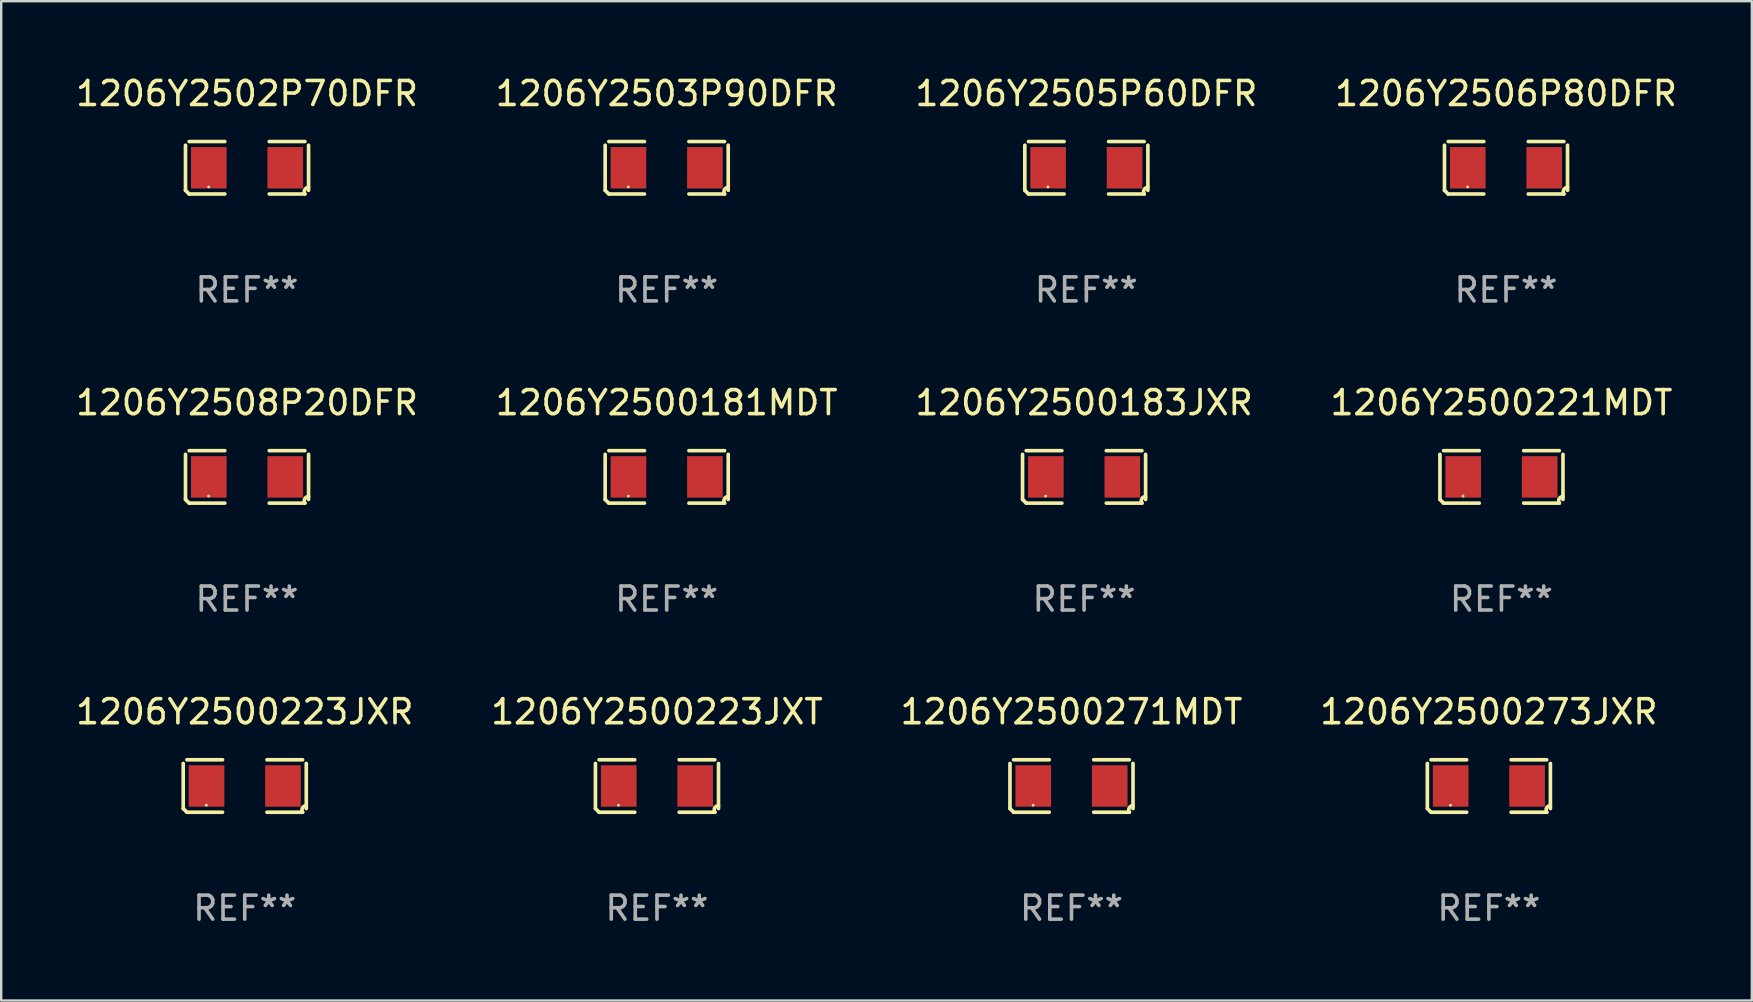
<source format=kicad_pcb>
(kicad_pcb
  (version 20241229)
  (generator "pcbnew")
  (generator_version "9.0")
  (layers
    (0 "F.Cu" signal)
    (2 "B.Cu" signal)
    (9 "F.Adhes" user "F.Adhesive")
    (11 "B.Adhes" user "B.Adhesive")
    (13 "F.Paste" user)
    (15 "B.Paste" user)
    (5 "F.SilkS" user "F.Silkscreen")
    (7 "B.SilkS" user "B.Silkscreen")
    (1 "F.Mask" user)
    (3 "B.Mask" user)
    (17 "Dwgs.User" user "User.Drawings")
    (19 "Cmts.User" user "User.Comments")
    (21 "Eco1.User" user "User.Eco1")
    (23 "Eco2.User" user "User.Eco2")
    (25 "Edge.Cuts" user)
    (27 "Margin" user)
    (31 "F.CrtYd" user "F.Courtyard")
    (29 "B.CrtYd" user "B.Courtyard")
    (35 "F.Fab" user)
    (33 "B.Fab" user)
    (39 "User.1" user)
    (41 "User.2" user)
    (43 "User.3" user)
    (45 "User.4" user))
  (footprint "1206Y2500223JXR"
    (layer "F.Cu")
    (at 7.149 29.704)
    (property "Reference" "1206Y2500223JXR" (at 0 -3.093 0) (layer "F.SilkS") (effects (font (size 1 1) (thickness 0.15))))
    (attr through_hole)
    (fp_line (start -2.564 0.94) (end -2.564 -0.94) (stroke (width 0.152) (type solid)) (layer "F.SilkS"))
    (fp_line (start -2.411 -1.093) (end -0.926 -1.093) (stroke (width 0.152) (type solid)) (layer "F.SilkS"))
    (fp_line (start -0.926 1.093) (end -2.411 1.093) (stroke (width 0.152) (type solid)) (layer "F.SilkS"))
    (fp_line (start 0.926 1.093) (end 2.411 1.093) (stroke (width 0.152) (type solid)) (layer "F.SilkS"))
    (fp_line (start 2.411 -1.093) (end 0.926 -1.093) (stroke (width 0.152) (type solid)) (layer "F.SilkS"))
    (fp_line (start 2.564 0.94) (end 2.564 -0.94) (stroke (width 0.152) (type solid)) (layer "F.SilkS"))
    (fp_arc (start -2.411201 1.092609) (mid -2.487413 1.01642) (end -2.563602 0.940208) (stroke (width 0.1524) (type solid)) (layer "F.SilkS"))
    (fp_arc (start 2.411201 1.092609) (mid 2.407159 0.911226) (end 2.563602 0.819347) (stroke (width 0.1524) (type solid)) (layer "F.SilkS"))
    (fp_circle (center -1.6 0.8) (end -1.57 0.8) (stroke (width 0.06) (type solid)) (fill no) (layer "F.SilkS"))
    (fp_text user "REF**" (at 0 5.093 0) (layer "F.Fab") (effects (font (size 1 1) (thickness 0.15))))
    (pad "1" smd rect (at -1.593 0) (size 1.485 1.728) (layers "F.Cu" "F.Mask" "F.Paste"))
    (pad "2" smd rect (at 1.593 0) (size 1.485 1.728) (layers "F.Cu" "F.Mask" "F.Paste")))
  (footprint "1206Y2502P70DFR"
    (layer "F.Cu")
    (at 7.244 3.941)
    (property "Reference" "1206Y2502P70DFR" (at 0 -3.093 0) (layer "F.SilkS") (effects (font (size 1 1) (thickness 0.15))))
    (attr through_hole)
    (fp_line (start -2.564 0.94) (end -2.564 -0.94) (stroke (width 0.152) (type solid)) (layer "F.SilkS"))
    (fp_line (start -2.411 -1.093) (end -0.926 -1.093) (stroke (width 0.152) (type solid)) (layer "F.SilkS"))
    (fp_line (start -0.926 1.093) (end -2.411 1.093) (stroke (width 0.152) (type solid)) (layer "F.SilkS"))
    (fp_line (start 0.926 1.093) (end 2.411 1.093) (stroke (width 0.152) (type solid)) (layer "F.SilkS"))
    (fp_line (start 2.411 -1.093) (end 0.926 -1.093) (stroke (width 0.152) (type solid)) (layer "F.SilkS"))
    (fp_line (start 2.564 0.94) (end 2.564 -0.94) (stroke (width 0.152) (type solid)) (layer "F.SilkS"))
    (fp_arc (start -2.411201 1.092609) (mid -2.487413 1.01642) (end -2.563602 0.940208) (stroke (width 0.1524) (type solid)) (layer "F.SilkS"))
    (fp_arc (start 2.411201 1.092609) (mid 2.407159 0.911226) (end 2.563602 0.819347) (stroke (width 0.1524) (type solid)) (layer "F.SilkS"))
    (fp_circle (center -1.6 0.8) (end -1.57 0.8) (stroke (width 0.06) (type solid)) (fill no) (layer "F.SilkS"))
    (fp_text user "REF**" (at 0 5.093 0) (layer "F.Fab") (effects (font (size 1 1) (thickness 0.15))))
    (pad "1" smd rect (at -1.593 0) (size 1.485 1.728) (layers "F.Cu" "F.Mask" "F.Paste"))
    (pad "2" smd rect (at 1.593 0) (size 1.485 1.728) (layers "F.Cu" "F.Mask" "F.Paste")))
  (footprint "1206Y2505P60DFR"
    (layer "F.Cu")
    (at 42.22 3.941)
    (property "Reference" "1206Y2505P60DFR" (at 0 -3.093 0) (layer "F.SilkS") (effects (font (size 1 1) (thickness 0.15))))
    (attr through_hole)
    (fp_line (start -2.564 0.94) (end -2.564 -0.94) (stroke (width 0.152) (type solid)) (layer "F.SilkS"))
    (fp_line (start -2.411 -1.093) (end -0.926 -1.093) (stroke (width 0.152) (type solid)) (layer "F.SilkS"))
    (fp_line (start -0.926 1.093) (end -2.411 1.093) (stroke (width 0.152) (type solid)) (layer "F.SilkS"))
    (fp_line (start 0.926 1.093) (end 2.411 1.093) (stroke (width 0.152) (type solid)) (layer "F.SilkS"))
    (fp_line (start 2.411 -1.093) (end 0.926 -1.093) (stroke (width 0.152) (type solid)) (layer "F.SilkS"))
    (fp_line (start 2.564 0.94) (end 2.564 -0.94) (stroke (width 0.152) (type solid)) (layer "F.SilkS"))
    (fp_arc (start -2.411201 1.092609) (mid -2.487413 1.01642) (end -2.563602 0.940208) (stroke (width 0.1524) (type solid)) (layer "F.SilkS"))
    (fp_arc (start 2.411201 1.092609) (mid 2.407159 0.911226) (end 2.563602 0.819347) (stroke (width 0.1524) (type solid)) (layer "F.SilkS"))
    (fp_circle (center -1.6 0.8) (end -1.57 0.8) (stroke (width 0.06) (type solid)) (fill no) (layer "F.SilkS"))
    (fp_text user "REF**" (at 0 5.093 0) (layer "F.Fab") (effects (font (size 1 1) (thickness 0.15))))
    (pad "1" smd rect (at -1.593 0) (size 1.485 1.728) (layers "F.Cu" "F.Mask" "F.Paste"))
    (pad "2" smd rect (at 1.593 0) (size 1.485 1.728) (layers "F.Cu" "F.Mask" "F.Paste")))
  (footprint "1206Y2500271MDT"
    (layer "F.Cu")
    (at 41.601 29.704)
    (property "Reference" "1206Y2500271MDT" (at 0 -3.093 0) (layer "F.SilkS") (effects (font (size 1 1) (thickness 0.15))))
    (attr through_hole)
    (fp_line (start -2.564 0.94) (end -2.564 -0.94) (stroke (width 0.152) (type solid)) (layer "F.SilkS"))
    (fp_line (start -2.411 -1.093) (end -0.926 -1.093) (stroke (width 0.152) (type solid)) (layer "F.SilkS"))
    (fp_line (start -0.926 1.093) (end -2.411 1.093) (stroke (width 0.152) (type solid)) (layer "F.SilkS"))
    (fp_line (start 0.926 1.093) (end 2.411 1.093) (stroke (width 0.152) (type solid)) (layer "F.SilkS"))
    (fp_line (start 2.411 -1.093) (end 0.926 -1.093) (stroke (width 0.152) (type solid)) (layer "F.SilkS"))
    (fp_line (start 2.564 0.94) (end 2.564 -0.94) (stroke (width 0.152) (type solid)) (layer "F.SilkS"))
    (fp_arc (start -2.411201 1.092609) (mid -2.487413 1.01642) (end -2.563602 0.940208) (stroke (width 0.1524) (type solid)) (layer "F.SilkS"))
    (fp_arc (start 2.411201 1.092609) (mid 2.407159 0.911226) (end 2.563602 0.819347) (stroke (width 0.1524) (type solid)) (layer "F.SilkS"))
    (fp_circle (center -1.6 0.8) (end -1.57 0.8) (stroke (width 0.06) (type solid)) (fill no) (layer "F.SilkS"))
    (fp_text user "REF**" (at 0 5.093 0) (layer "F.Fab") (effects (font (size 1 1) (thickness 0.15))))
    (pad "1" smd rect (at -1.593 0) (size 1.485 1.728) (layers "F.Cu" "F.Mask" "F.Paste"))
    (pad "2" smd rect (at 1.593 0) (size 1.485 1.728) (layers "F.Cu" "F.Mask" "F.Paste")))
  (footprint "1206Y2500273JXR"
    (layer "F.Cu")
    (at 58.994 29.704)
    (property "Reference" "1206Y2500273JXR" (at 0 -3.093 0) (layer "F.SilkS") (effects (font (size 1 1) (thickness 0.15))))
    (attr through_hole)
    (fp_line (start -2.564 0.94) (end -2.564 -0.94) (stroke (width 0.152) (type solid)) (layer "F.SilkS"))
    (fp_line (start -2.411 -1.093) (end -0.926 -1.093) (stroke (width 0.152) (type solid)) (layer "F.SilkS"))
    (fp_line (start -0.926 1.093) (end -2.411 1.093) (stroke (width 0.152) (type solid)) (layer "F.SilkS"))
    (fp_line (start 0.926 1.093) (end 2.411 1.093) (stroke (width 0.152) (type solid)) (layer "F.SilkS"))
    (fp_line (start 2.411 -1.093) (end 0.926 -1.093) (stroke (width 0.152) (type solid)) (layer "F.SilkS"))
    (fp_line (start 2.564 0.94) (end 2.564 -0.94) (stroke (width 0.152) (type solid)) (layer "F.SilkS"))
    (fp_arc (start -2.411201 1.092609) (mid -2.487413 1.01642) (end -2.563602 0.940208) (stroke (width 0.1524) (type solid)) (layer "F.SilkS"))
    (fp_arc (start 2.411201 1.092609) (mid 2.407159 0.911226) (end 2.563602 0.819347) (stroke (width 0.1524) (type solid)) (layer "F.SilkS"))
    (fp_circle (center -1.6 0.8) (end -1.57 0.8) (stroke (width 0.06) (type solid)) (fill no) (layer "F.SilkS"))
    (fp_text user "REF**" (at 0 5.093 0) (layer "F.Fab") (effects (font (size 1 1) (thickness 0.15))))
    (pad "1" smd rect (at -1.593 0) (size 1.485 1.728) (layers "F.Cu" "F.Mask" "F.Paste"))
    (pad "2" smd rect (at 1.593 0) (size 1.485 1.728) (layers "F.Cu" "F.Mask" "F.Paste")))
  (footprint "1206Y2503P90DFR"
    (layer "F.Cu")
    (at 24.732 3.941)
    (property "Reference" "1206Y2503P90DFR" (at 0 -3.093 0) (layer "F.SilkS") (effects (font (size 1 1) (thickness 0.15))))
    (attr through_hole)
    (fp_line (start -2.564 0.94) (end -2.564 -0.94) (stroke (width 0.152) (type solid)) (layer "F.SilkS"))
    (fp_line (start -2.411 -1.093) (end -0.926 -1.093) (stroke (width 0.152) (type solid)) (layer "F.SilkS"))
    (fp_line (start -0.926 1.093) (end -2.411 1.093) (stroke (width 0.152) (type solid)) (layer "F.SilkS"))
    (fp_line (start 0.926 1.093) (end 2.411 1.093) (stroke (width 0.152) (type solid)) (layer "F.SilkS"))
    (fp_line (start 2.411 -1.093) (end 0.926 -1.093) (stroke (width 0.152) (type solid)) (layer "F.SilkS"))
    (fp_line (start 2.564 0.94) (end 2.564 -0.94) (stroke (width 0.152) (type solid)) (layer "F.SilkS"))
    (fp_arc (start -2.411201 1.092609) (mid -2.487413 1.01642) (end -2.563602 0.940208) (stroke (width 0.1524) (type solid)) (layer "F.SilkS"))
    (fp_arc (start 2.411201 1.092609) (mid 2.407159 0.911226) (end 2.563602 0.819347) (stroke (width 0.1524) (type solid)) (layer "F.SilkS"))
    (fp_circle (center -1.6 0.8) (end -1.57 0.8) (stroke (width 0.06) (type solid)) (fill no) (layer "F.SilkS"))
    (fp_text user "REF**" (at 0 5.093 0) (layer "F.Fab") (effects (font (size 1 1) (thickness 0.15))))
    (pad "1" smd rect (at -1.593 0) (size 1.485 1.728) (layers "F.Cu" "F.Mask" "F.Paste"))
    (pad "2" smd rect (at 1.593 0) (size 1.485 1.728) (layers "F.Cu" "F.Mask" "F.Paste")))
  (footprint "1206Y2508P20DFR"
    (layer "F.Cu")
    (at 7.244 16.823)
    (property "Reference" "1206Y2508P20DFR" (at 0 -3.093 0) (layer "F.SilkS") (effects (font (size 1 1) (thickness 0.15))))
    (attr through_hole)
    (fp_line (start -2.564 0.94) (end -2.564 -0.94) (stroke (width 0.152) (type solid)) (layer "F.SilkS"))
    (fp_line (start -2.411 -1.093) (end -0.926 -1.093) (stroke (width 0.152) (type solid)) (layer "F.SilkS"))
    (fp_line (start -0.926 1.093) (end -2.411 1.093) (stroke (width 0.152) (type solid)) (layer "F.SilkS"))
    (fp_line (start 0.926 1.093) (end 2.411 1.093) (stroke (width 0.152) (type solid)) (layer "F.SilkS"))
    (fp_line (start 2.411 -1.093) (end 0.926 -1.093) (stroke (width 0.152) (type solid)) (layer "F.SilkS"))
    (fp_line (start 2.564 0.94) (end 2.564 -0.94) (stroke (width 0.152) (type solid)) (layer "F.SilkS"))
    (fp_arc (start -2.411201 1.092609) (mid -2.487413 1.01642) (end -2.563602 0.940208) (stroke (width 0.1524) (type solid)) (layer "F.SilkS"))
    (fp_arc (start 2.411201 1.092609) (mid 2.407159 0.911226) (end 2.563602 0.819347) (stroke (width 0.1524) (type solid)) (layer "F.SilkS"))
    (fp_circle (center -1.6 0.8) (end -1.57 0.8) (stroke (width 0.06) (type solid)) (fill no) (layer "F.SilkS"))
    (fp_text user "REF**" (at 0 5.093 0) (layer "F.Fab") (effects (font (size 1 1) (thickness 0.15))))
    (pad "1" smd rect (at -1.593 0) (size 1.485 1.728) (layers "F.Cu" "F.Mask" "F.Paste"))
    (pad "2" smd rect (at 1.593 0) (size 1.485 1.728) (layers "F.Cu" "F.Mask" "F.Paste")))
  (footprint "1206Y2506P80DFR"
    (layer "F.Cu")
    (at 59.708 3.941)
    (property "Reference" "1206Y2506P80DFR" (at 0 -3.093 0) (layer "F.SilkS") (effects (font (size 1 1) (thickness 0.15))))
    (attr through_hole)
    (fp_line (start -2.564 0.94) (end -2.564 -0.94) (stroke (width 0.152) (type solid)) (layer "F.SilkS"))
    (fp_line (start -2.411 -1.093) (end -0.926 -1.093) (stroke (width 0.152) (type solid)) (layer "F.SilkS"))
    (fp_line (start -0.926 1.093) (end -2.411 1.093) (stroke (width 0.152) (type solid)) (layer "F.SilkS"))
    (fp_line (start 0.926 1.093) (end 2.411 1.093) (stroke (width 0.152) (type solid)) (layer "F.SilkS"))
    (fp_line (start 2.411 -1.093) (end 0.926 -1.093) (stroke (width 0.152) (type solid)) (layer "F.SilkS"))
    (fp_line (start 2.564 0.94) (end 2.564 -0.94) (stroke (width 0.152) (type solid)) (layer "F.SilkS"))
    (fp_arc (start -2.411201 1.092609) (mid -2.487413 1.01642) (end -2.563602 0.940208) (stroke (width 0.1524) (type solid)) (layer "F.SilkS"))
    (fp_arc (start 2.411201 1.092609) (mid 2.407159 0.911226) (end 2.563602 0.819347) (stroke (width 0.1524) (type solid)) (layer "F.SilkS"))
    (fp_circle (center -1.6 0.8) (end -1.57 0.8) (stroke (width 0.06) (type solid)) (fill no) (layer "F.SilkS"))
    (fp_text user "REF**" (at 0 5.093 0) (layer "F.Fab") (effects (font (size 1 1) (thickness 0.15))))
    (pad "1" smd rect (at -1.593 0) (size 1.485 1.728) (layers "F.Cu" "F.Mask" "F.Paste"))
    (pad "2" smd rect (at 1.593 0) (size 1.485 1.728) (layers "F.Cu" "F.Mask" "F.Paste")))
  (footprint "1206Y2500223JXT"
    (layer "F.Cu")
    (at 24.327 29.704)
    (property "Reference" "1206Y2500223JXT" (at 0 -3.093 0) (layer "F.SilkS") (effects (font (size 1 1) (thickness 0.15))))
    (attr through_hole)
    (fp_line (start -2.564 0.94) (end -2.564 -0.94) (stroke (width 0.152) (type solid)) (layer "F.SilkS"))
    (fp_line (start -2.411 -1.093) (end -0.926 -1.093) (stroke (width 0.152) (type solid)) (layer "F.SilkS"))
    (fp_line (start -0.926 1.093) (end -2.411 1.093) (stroke (width 0.152) (type solid)) (layer "F.SilkS"))
    (fp_line (start 0.926 1.093) (end 2.411 1.093) (stroke (width 0.152) (type solid)) (layer "F.SilkS"))
    (fp_line (start 2.411 -1.093) (end 0.926 -1.093) (stroke (width 0.152) (type solid)) (layer "F.SilkS"))
    (fp_line (start 2.564 0.94) (end 2.564 -0.94) (stroke (width 0.152) (type solid)) (layer "F.SilkS"))
    (fp_arc (start -2.411201 1.092609) (mid -2.487413 1.01642) (end -2.563602 0.940208) (stroke (width 0.1524) (type solid)) (layer "F.SilkS"))
    (fp_arc (start 2.411201 1.092609) (mid 2.407159 0.911226) (end 2.563602 0.819347) (stroke (width 0.1524) (type solid)) (layer "F.SilkS"))
    (fp_circle (center -1.6 0.8) (end -1.57 0.8) (stroke (width 0.06) (type solid)) (fill no) (layer "F.SilkS"))
    (fp_text user "REF**" (at 0 5.093 0) (layer "F.Fab") (effects (font (size 1 1) (thickness 0.15))))
    (pad "1" smd rect (at -1.593 0) (size 1.485 1.728) (layers "F.Cu" "F.Mask" "F.Paste"))
    (pad "2" smd rect (at 1.593 0) (size 1.485 1.728) (layers "F.Cu" "F.Mask" "F.Paste")))
  (footprint "1206Y2500181MDT"
    (layer "F.Cu")
    (at 24.732 16.823)
    (property "Reference" "1206Y2500181MDT" (at 0 -3.093 0) (layer "F.SilkS") (effects (font (size 1 1) (thickness 0.15))))
    (attr through_hole)
    (fp_line (start -2.564 0.94) (end -2.564 -0.94) (stroke (width 0.152) (type solid)) (layer "F.SilkS"))
    (fp_line (start -2.411 -1.093) (end -0.926 -1.093) (stroke (width 0.152) (type solid)) (layer "F.SilkS"))
    (fp_line (start -0.926 1.093) (end -2.411 1.093) (stroke (width 0.152) (type solid)) (layer "F.SilkS"))
    (fp_line (start 0.926 1.093) (end 2.411 1.093) (stroke (width 0.152) (type solid)) (layer "F.SilkS"))
    (fp_line (start 2.411 -1.093) (end 0.926 -1.093) (stroke (width 0.152) (type solid)) (layer "F.SilkS"))
    (fp_line (start 2.564 0.94) (end 2.564 -0.94) (stroke (width 0.152) (type solid)) (layer "F.SilkS"))
    (fp_arc (start -2.411201 1.092609) (mid -2.487413 1.01642) (end -2.563602 0.940208) (stroke (width 0.1524) (type solid)) (layer "F.SilkS"))
    (fp_arc (start 2.411201 1.092609) (mid 2.407159 0.911226) (end 2.563602 0.819347) (stroke (width 0.1524) (type solid)) (layer "F.SilkS"))
    (fp_circle (center -1.6 0.8) (end -1.57 0.8) (stroke (width 0.06) (type solid)) (fill no) (layer "F.SilkS"))
    (fp_text user "REF**" (at 0 5.093 0) (layer "F.Fab") (effects (font (size 1 1) (thickness 0.15))))
    (pad "1" smd rect (at -1.593 0) (size 1.485 1.728) (layers "F.Cu" "F.Mask" "F.Paste"))
    (pad "2" smd rect (at 1.593 0) (size 1.485 1.728) (layers "F.Cu" "F.Mask" "F.Paste")))
  (footprint "1206Y2500183JXR"
    (layer "F.Cu")
    (at 42.125 16.823)
    (property "Reference" "1206Y2500183JXR" (at 0 -3.093 0) (layer "F.SilkS") (effects (font (size 1 1) (thickness 0.15))))
    (attr through_hole)
    (fp_line (start -2.564 0.94) (end -2.564 -0.94) (stroke (width 0.152) (type solid)) (layer "F.SilkS"))
    (fp_line (start -2.411 -1.093) (end -0.926 -1.093) (stroke (width 0.152) (type solid)) (layer "F.SilkS"))
    (fp_line (start -0.926 1.093) (end -2.411 1.093) (stroke (width 0.152) (type solid)) (layer "F.SilkS"))
    (fp_line (start 0.926 1.093) (end 2.411 1.093) (stroke (width 0.152) (type solid)) (layer "F.SilkS"))
    (fp_line (start 2.411 -1.093) (end 0.926 -1.093) (stroke (width 0.152) (type solid)) (layer "F.SilkS"))
    (fp_line (start 2.564 0.94) (end 2.564 -0.94) (stroke (width 0.152) (type solid)) (layer "F.SilkS"))
    (fp_arc (start -2.411201 1.092609) (mid -2.487413 1.01642) (end -2.563602 0.940208) (stroke (width 0.1524) (type solid)) (layer "F.SilkS"))
    (fp_arc (start 2.411201 1.092609) (mid 2.407159 0.911226) (end 2.563602 0.819347) (stroke (width 0.1524) (type solid)) (layer "F.SilkS"))
    (fp_circle (center -1.6 0.8) (end -1.57 0.8) (stroke (width 0.06) (type solid)) (fill no) (layer "F.SilkS"))
    (fp_text user "REF**" (at 0 5.093 0) (layer "F.Fab") (effects (font (size 1 1) (thickness 0.15))))
    (pad "1" smd rect (at -1.593 0) (size 1.485 1.728) (layers "F.Cu" "F.Mask" "F.Paste"))
    (pad "2" smd rect (at 1.593 0) (size 1.485 1.728) (layers "F.Cu" "F.Mask" "F.Paste")))
  (footprint "1206Y2500221MDT"
    (layer "F.Cu")
    (at 59.518 16.823)
    (property "Reference" "1206Y2500221MDT" (at 0 -3.093 0) (layer "F.SilkS") (effects (font (size 1 1) (thickness 0.15))))
    (attr through_hole)
    (fp_line (start -2.564 0.94) (end -2.564 -0.94) (stroke (width 0.152) (type solid)) (layer "F.SilkS"))
    (fp_line (start -2.411 -1.093) (end -0.926 -1.093) (stroke (width 0.152) (type solid)) (layer "F.SilkS"))
    (fp_line (start -0.926 1.093) (end -2.411 1.093) (stroke (width 0.152) (type solid)) (layer "F.SilkS"))
    (fp_line (start 0.926 1.093) (end 2.411 1.093) (stroke (width 0.152) (type solid)) (layer "F.SilkS"))
    (fp_line (start 2.411 -1.093) (end 0.926 -1.093) (stroke (width 0.152) (type solid)) (layer "F.SilkS"))
    (fp_line (start 2.564 0.94) (end 2.564 -0.94) (stroke (width 0.152) (type solid)) (layer "F.SilkS"))
    (fp_arc (start -2.411201 1.092609) (mid -2.487413 1.01642) (end -2.563602 0.940208) (stroke (width 0.1524) (type solid)) (layer "F.SilkS"))
    (fp_arc (start 2.411201 1.092609) (mid 2.407159 0.911226) (end 2.563602 0.819347) (stroke (width 0.1524) (type solid)) (layer "F.SilkS"))
    (fp_circle (center -1.6 0.8) (end -1.57 0.8) (stroke (width 0.06) (type solid)) (fill no) (layer "F.SilkS"))
    (fp_text user "REF**" (at 0 5.093 0) (layer "F.Fab") (effects (font (size 1 1) (thickness 0.15))))
    (pad "1" smd rect (at -1.593 0) (size 1.485 1.728) (layers "F.Cu" "F.Mask" "F.Paste"))
    (pad "2" smd rect (at 1.593 0) (size 1.485 1.728) (layers "F.Cu" "F.Mask" "F.Paste")))
  (gr_rect
    (start -3 -3)
    (end 69.952 38.645)
    (stroke (width 0.1) (type default))
    (fill no)
    (layer "Edge.Cuts")))
</source>
